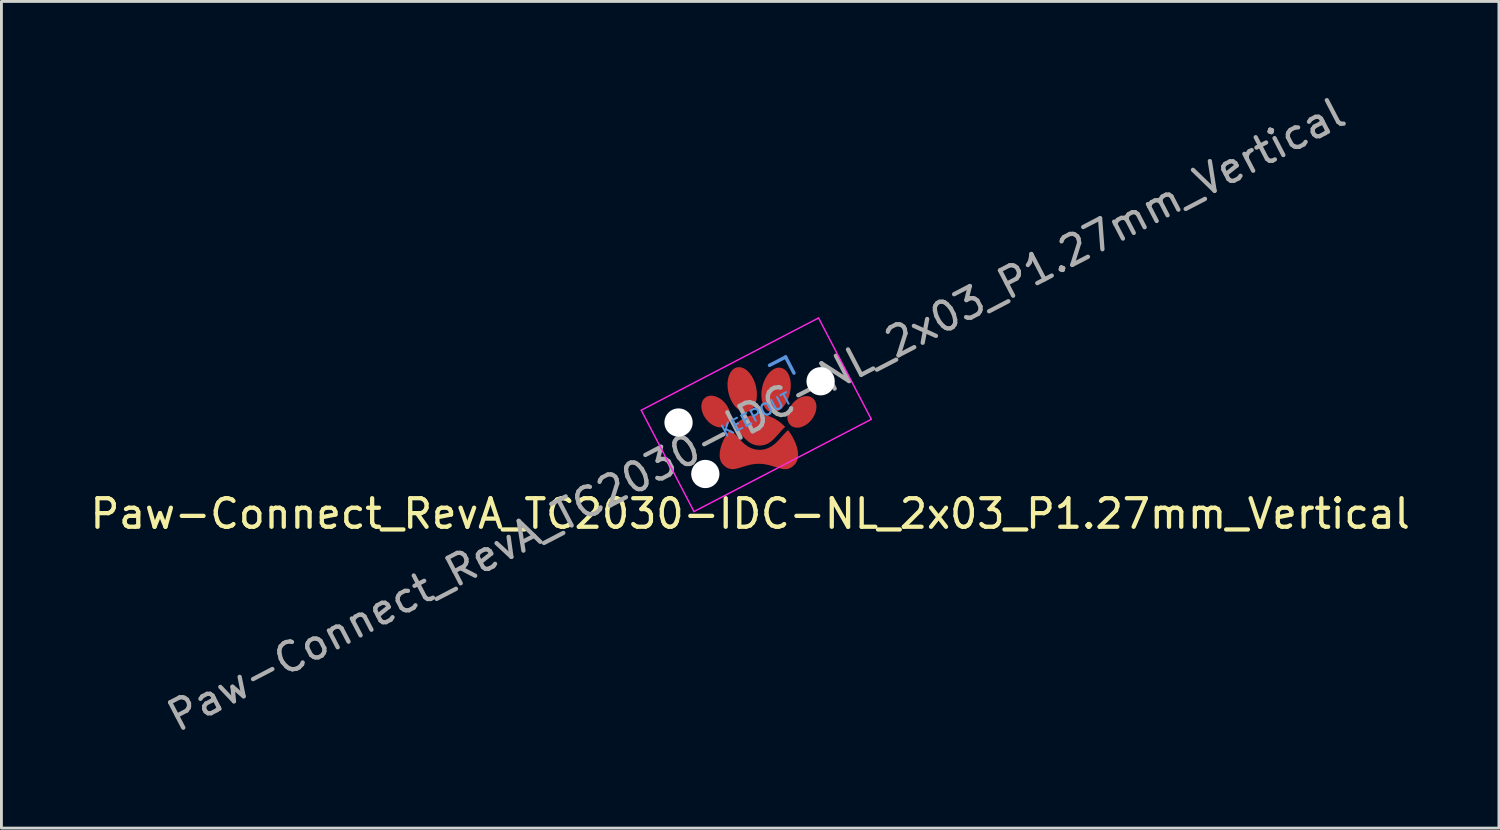
<source format=kicad_pcb>
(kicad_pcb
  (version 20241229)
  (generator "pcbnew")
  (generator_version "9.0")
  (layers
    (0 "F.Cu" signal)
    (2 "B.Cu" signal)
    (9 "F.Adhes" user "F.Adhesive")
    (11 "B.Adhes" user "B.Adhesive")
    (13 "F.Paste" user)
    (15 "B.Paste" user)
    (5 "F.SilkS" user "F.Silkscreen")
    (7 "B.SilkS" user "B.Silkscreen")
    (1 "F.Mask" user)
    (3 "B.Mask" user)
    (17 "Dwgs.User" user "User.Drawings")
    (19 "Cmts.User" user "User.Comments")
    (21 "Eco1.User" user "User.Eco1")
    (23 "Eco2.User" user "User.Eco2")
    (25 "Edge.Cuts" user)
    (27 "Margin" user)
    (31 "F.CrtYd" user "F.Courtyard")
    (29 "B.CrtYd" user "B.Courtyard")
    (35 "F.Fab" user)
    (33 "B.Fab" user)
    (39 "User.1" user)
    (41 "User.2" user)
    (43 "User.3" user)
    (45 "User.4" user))
  (footprint "Paw-Connect_RevA_TC2030-IDC-NL_2x03_P1.27mm_Vertical"
    (layer "F.Cu")
    (at 23.2 11.931)
    (property "Reference" "Paw-Connect_RevA_TC2030-IDC-NL_2x03_P1.27mm_Vertical" (at 0.02 3.01 0) (layer "F.SilkS") (effects (font (size 1 1) (thickness 0.15))))
    (attr exclude_from_pos_files exclude_from_bom)
    (fp_poly (pts (xy 0.391 -0.466) (xy 0.457 -0.459) (xy 0.522 -0.449) (xy 0.586 -0.435) (xy 0.649 -0.418) (xy 0.711 -0.397) (xy 0.771 -0.372) (xy 0.83 -0.344) (xy 0.888 -0.314) (xy 0.944 -0.28) (xy 0.998 -0.244) (xy 1.051 -0.206) (xy 1.102 -0.165) (xy 1.152 -0.122) (xy 1.199 -0.077) (xy 1.245 -0.03) (xy 1.219 -0.007) (xy 1.193 0.017) (xy 1.168 0.042) (xy 1.143 0.068) (xy 1.095 0.12) (xy 1.048 0.173) (xy 0.955 0.278) (xy 0.909 0.329) (xy 0.885 0.354) (xy 0.861 0.378) (xy 0.835 0.404) (xy 0.808 0.429) (xy 0.781 0.453) (xy 0.753 0.475) (xy 0.725 0.496) (xy 0.697 0.516) (xy 0.667 0.535) (xy 0.636 0.552) (xy 0.605 0.567) (xy 0.573 0.58) (xy 0.539 0.592) (xy 0.504 0.602) (xy 0.468 0.61) (xy 0.43 0.616) (xy 0.391 0.619) (xy 0.35 0.621) (xy 0.329 0.62) (xy 0.309 0.619) (xy 0.289 0.618) (xy 0.269 0.616) (xy 0.25 0.613) (xy 0.232 0.61) (xy 0.195 0.602) (xy 0.16 0.592) (xy 0.127 0.58) (xy 0.094 0.567) (xy 0.063 0.552) (xy 0.032 0.535) (xy 0.003 0.516) (xy -0.026 0.496) (xy -0.054 0.475) (xy -0.082 0.453) (xy -0.109 0.429) (xy -0.136 0.404) (xy -0.162 0.378) (xy -0.188 0.353) (xy -0.213 0.326) (xy -0.262 0.271) (xy -0.361 0.158) (xy -0.411 0.102) (xy -0.437 0.074) (xy -0.463 0.047) (xy -0.49 0.021) (xy -0.518 -0.005) (xy -0.546 -0.03) (xy -0.575 -0.055) (xy -0.529 -0.099) (xy -0.482 -0.142) (xy -0.434 -0.182) (xy -0.384 -0.221) (xy -0.332 -0.257) (xy -0.279 -0.291) (xy -0.224 -0.323) (xy -0.168 -0.352) (xy -0.111 -0.378) (xy -0.052 -0.401) (xy 0.008 -0.421) (xy 0.069 -0.437) (xy 0.131 -0.451) (xy 0.194 -0.46) (xy 0.258 -0.466) (xy 0.323 -0.468)) (stroke (width 0) (type solid)) (fill yes) (layer "F.Mask"))
    (fp_poly (pts (xy -0.356 -2.123) (xy -0.331 -2.121) (xy -0.306 -2.117) (xy -0.281 -2.111) (xy -0.256 -2.103) (xy -0.231 -2.094) (xy -0.206 -2.082) (xy -0.181 -2.069) (xy -0.157 -2.055) (xy -0.133 -2.038) (xy -0.109 -2.02) (xy -0.085 -2.001) (xy -0.062 -1.98) (xy -0.04 -1.958) (xy -0.018 -1.934) (xy 0.004 -1.908) (xy 0.025 -1.882) (xy 0.045 -1.854) (xy 0.065 -1.825) (xy 0.084 -1.794) (xy 0.102 -1.763) (xy 0.12 -1.73) (xy 0.136 -1.696) (xy 0.152 -1.661) (xy 0.167 -1.625) (xy 0.181 -1.588) (xy 0.194 -1.55) (xy 0.205 -1.511) (xy 0.216 -1.472) (xy 0.234 -1.392) (xy 0.246 -1.313) (xy 0.253 -1.236) (xy 0.255 -1.16) (xy 0.253 -1.087) (xy 0.245 -1.016) (xy 0.233 -0.949) (xy 0.216 -0.885) (xy 0.195 -0.825) (xy 0.17 -0.771) (xy 0.141 -0.721) (xy 0.107 -0.676) (xy 0.089 -0.656) (xy 0.07 -0.638) (xy 0.05 -0.621) (xy 0.03 -0.606) (xy 0.008 -0.593) (xy -0.015 -0.581) (xy -0.038 -0.571) (xy -0.062 -0.563) (xy -0.087 -0.557) (xy -0.112 -0.554) (xy -0.137 -0.552) (xy -0.162 -0.552) (xy -0.187 -0.554) (xy -0.212 -0.558) (xy -0.238 -0.564) (xy -0.263 -0.572) (xy -0.288 -0.581) (xy -0.313 -0.593) (xy -0.337 -0.606) (xy -0.362 -0.62) (xy -0.386 -0.637) (xy -0.409 -0.655) (xy -0.433 -0.674) (xy -0.456 -0.695) (xy -0.478 -0.718) (xy -0.501 -0.742) (xy -0.522 -0.767) (xy -0.543 -0.793) (xy -0.563 -0.821) (xy -0.583 -0.851) (xy -0.602 -0.881) (xy -0.62 -0.913) (xy -0.638 -0.945) (xy -0.654 -0.979) (xy -0.67 -1.014) (xy -0.685 -1.05) (xy -0.699 -1.087) (xy -0.712 -1.125) (xy -0.724 -1.164) (xy -0.734 -1.203) (xy -0.752 -1.283) (xy -0.764 -1.362) (xy -0.772 -1.44) (xy -0.774 -1.515) (xy -0.771 -1.589) (xy -0.763 -1.659) (xy -0.751 -1.727) (xy -0.734 -1.79) (xy -0.713 -1.85) (xy -0.688 -1.905) (xy -0.659 -1.955) (xy -0.626 -1.999) (xy -0.607 -2.019) (xy -0.588 -2.037) (xy -0.569 -2.054) (xy -0.548 -2.069) (xy -0.526 -2.083) (xy -0.504 -2.094) (xy -0.48 -2.104) (xy -0.456 -2.112) (xy -0.431 -2.118) (xy -0.406 -2.122) (xy -0.381 -2.123)) (stroke (width 0) (type solid)) (fill yes) (layer "F.Mask"))
    (fp_poly (pts (xy 1.052 -2.107) (xy 1.077 -2.104) (xy 1.102 -2.1) (xy 1.126 -2.094) (xy 1.151 -2.085) (xy 1.174 -2.075) (xy 1.196 -2.063) (xy 1.218 -2.049) (xy 1.239 -2.033) (xy 1.259 -2.016) (xy 1.277 -1.997) (xy 1.295 -1.977) (xy 1.329 -1.931) (xy 1.358 -1.881) (xy 1.383 -1.825) (xy 1.404 -1.765) (xy 1.42 -1.701) (xy 1.432 -1.634) (xy 1.439 -1.563) (xy 1.442 -1.49) (xy 1.44 -1.414) (xy 1.432 -1.337) (xy 1.42 -1.258) (xy 1.402 -1.179) (xy 1.391 -1.139) (xy 1.379 -1.101) (xy 1.366 -1.063) (xy 1.352 -1.026) (xy 1.337 -0.991) (xy 1.321 -0.956) (xy 1.304 -0.923) (xy 1.287 -0.89) (xy 1.268 -0.859) (xy 1.249 -0.829) (xy 1.23 -0.801) (xy 1.209 -0.773) (xy 1.188 -0.747) (xy 1.167 -0.722) (xy 1.144 -0.699) (xy 1.122 -0.677) (xy 1.099 -0.656) (xy 1.075 -0.638) (xy 1.051 -0.62) (xy 1.027 -0.604) (xy 1.003 -0.59) (xy 0.978 -0.578) (xy 0.953 -0.567) (xy 0.928 -0.558) (xy 0.903 -0.551) (xy 0.878 -0.546) (xy 0.853 -0.542) (xy 0.827 -0.54) (xy 0.802 -0.541) (xy 0.777 -0.543) (xy 0.752 -0.548) (xy 0.728 -0.554) (xy 0.703 -0.563) (xy 0.68 -0.573) (xy 0.658 -0.585) (xy 0.636 -0.599) (xy 0.615 -0.615) (xy 0.595 -0.632) (xy 0.576 -0.651) (xy 0.558 -0.671) (xy 0.525 -0.716) (xy 0.496 -0.767) (xy 0.471 -0.822) (xy 0.45 -0.882) (xy 0.434 -0.946) (xy 0.422 -1.014) (xy 0.414 -1.085) (xy 0.412 -1.158) (xy 0.414 -1.234) (xy 0.422 -1.311) (xy 0.434 -1.39) (xy 0.452 -1.469) (xy 0.452 -1.469) (xy 0.463 -1.508) (xy 0.475 -1.547) (xy 0.488 -1.585) (xy 0.502 -1.621) (xy 0.517 -1.657) (xy 0.533 -1.691) (xy 0.55 -1.725) (xy 0.567 -1.757) (xy 0.585 -1.788) (xy 0.605 -1.818) (xy 0.624 -1.847) (xy 0.645 -1.875) (xy 0.666 -1.901) (xy 0.687 -1.926) (xy 0.71 -1.949) (xy 0.732 -1.971) (xy 0.755 -1.991) (xy 0.779 -2.01) (xy 0.803 -2.028) (xy 0.827 -2.043) (xy 0.851 -2.057) (xy 0.876 -2.07) (xy 0.901 -2.081) (xy 0.926 -2.09) (xy 0.951 -2.097) (xy 0.976 -2.102) (xy 1.001 -2.106) (xy 1.027 -2.107)) (stroke (width 0) (type solid)) (fill yes) (layer "F.Mask"))
    (fp_poly (pts (xy -1.33 -1.124) (xy -1.307 -1.122) (xy -1.283 -1.12) (xy -1.259 -1.116) (xy -1.234 -1.11) (xy -1.21 -1.104) (xy -1.185 -1.096) (xy -1.161 -1.087) (xy -1.136 -1.077) (xy -1.112 -1.066) (xy -1.087 -1.053) (xy -1.063 -1.039) (xy -1.039 -1.024) (xy -1.015 -1.008) (xy -0.991 -0.991) (xy -0.968 -0.972) (xy -0.945 -0.953) (xy -0.922 -0.932) (xy -0.9 -0.91) (xy -0.857 -0.863) (xy -0.819 -0.814) (xy -0.786 -0.764) (xy -0.756 -0.713) (xy -0.73 -0.66) (xy -0.709 -0.607) (xy -0.693 -0.554) (xy -0.681 -0.501) (xy -0.673 -0.448) (xy -0.67 -0.397) (xy -0.67 -0.372) (xy -0.672 -0.347) (xy -0.675 -0.322) (xy -0.679 -0.299) (xy -0.684 -0.275) (xy -0.69 -0.253) (xy -0.698 -0.231) (xy -0.706 -0.209) (xy -0.716 -0.189) (xy -0.728 -0.169) (xy -0.74 -0.15) (xy -0.754 -0.132) (xy -0.769 -0.115) (xy -0.785 -0.099) (xy -0.802 -0.085) (xy -0.819 -0.072) (xy -0.838 -0.061) (xy -0.857 -0.05) (xy -0.876 -0.042) (xy -0.897 -0.034) (xy -0.918 -0.028) (xy -0.939 -0.023) (xy -0.961 -0.019) (xy -0.984 -0.017) (xy -1.007 -0.015) (xy -1.03 -0.016) (xy -1.053 -0.017) (xy -1.077 -0.02) (xy -1.101 -0.024) (xy -1.125 -0.029) (xy -1.15 -0.035) (xy -1.174 -0.043) (xy -1.199 -0.052) (xy -1.224 -0.062) (xy -1.248 -0.073) (xy -1.273 -0.086) (xy -1.297 -0.1) (xy -1.321 -0.115) (xy -1.345 -0.131) (xy -1.369 -0.148) (xy -1.392 -0.167) (xy -1.415 -0.187) (xy -1.438 -0.208) (xy -1.46 -0.23) (xy -1.502 -0.276) (xy -1.54 -0.325) (xy -1.574 -0.375) (xy -1.604 -0.427) (xy -1.629 -0.479) (xy -1.65 -0.532) (xy -1.667 -0.586) (xy -1.679 -0.639) (xy -1.687 -0.691) (xy -1.69 -0.743) (xy -1.689 -0.768) (xy -1.688 -0.793) (xy -1.685 -0.817) (xy -1.681 -0.841) (xy -1.676 -0.864) (xy -1.67 -0.887) (xy -1.662 -0.909) (xy -1.653 -0.93) (xy -1.643 -0.951) (xy -1.632 -0.97) (xy -1.62 -0.989) (xy -1.606 -1.007) (xy -1.591 -1.024) (xy -1.575 -1.04) (xy -1.558 -1.054) (xy -1.54 -1.067) (xy -1.522 -1.079) (xy -1.503 -1.089) (xy -1.483 -1.098) (xy -1.463 -1.105) (xy -1.442 -1.112) (xy -1.421 -1.117) (xy -1.399 -1.12) (xy -1.376 -1.123) (xy -1.353 -1.124)) (stroke (width 0) (type solid)) (fill yes) (layer "F.Mask"))
    (fp_poly (pts (xy 2.003 -1.11) (xy 2.026 -1.109) (xy 2.048 -1.107) (xy 2.07 -1.103) (xy 2.092 -1.097) (xy 2.113 -1.091) (xy 2.133 -1.083) (xy 2.153 -1.074) (xy 2.172 -1.064) (xy 2.19 -1.052) (xy 2.208 -1.039) (xy 2.224 -1.025) (xy 2.24 -1.009) (xy 2.255 -0.992) (xy 2.269 -0.974) (xy 2.282 -0.955) (xy 2.293 -0.935) (xy 2.303 -0.914) (xy 2.312 -0.893) (xy 2.319 -0.871) (xy 2.326 -0.848) (xy 2.331 -0.825) (xy 2.335 -0.801) (xy 2.337 -0.776) (xy 2.339 -0.752) (xy 2.339 -0.726) (xy 2.336 -0.675) (xy 2.328 -0.623) (xy 2.316 -0.57) (xy 2.299 -0.517) (xy 2.278 -0.464) (xy 2.253 -0.411) (xy 2.223 -0.36) (xy 2.189 -0.31) (xy 2.151 -0.262) (xy 2.109 -0.215) (xy 2.087 -0.194) (xy 2.064 -0.173) (xy 2.041 -0.153) (xy 2.017 -0.135) (xy 1.994 -0.118) (xy 1.97 -0.102) (xy 1.945 -0.087) (xy 1.921 -0.073) (xy 1.897 -0.061) (xy 1.872 -0.05) (xy 1.847 -0.04) (xy 1.823 -0.031) (xy 1.798 -0.024) (xy 1.774 -0.017) (xy 1.75 -0.012) (xy 1.726 -0.009) (xy 1.702 -0.006) (xy 1.678 -0.005) (xy 1.655 -0.005) (xy 1.632 -0.006) (xy 1.61 -0.009) (xy 1.588 -0.013) (xy 1.566 -0.018) (xy 1.545 -0.024) (xy 1.525 -0.032) (xy 1.505 -0.041) (xy 1.486 -0.051) (xy 1.468 -0.063) (xy 1.45 -0.076) (xy 1.434 -0.091) (xy 1.418 -0.106) (xy 1.403 -0.123) (xy 1.389 -0.141) (xy 1.376 -0.161) (xy 1.365 -0.18) (xy 1.355 -0.201) (xy 1.346 -0.222) (xy 1.339 -0.245) (xy 1.332 -0.267) (xy 1.327 -0.291) (xy 1.323 -0.314) (xy 1.321 -0.339) (xy 1.319 -0.364) (xy 1.319 -0.389) (xy 1.322 -0.44) (xy 1.33 -0.492) (xy 1.342 -0.545) (xy 1.359 -0.599) (xy 1.38 -0.651) (xy 1.405 -0.704) (xy 1.435 -0.755) (xy 1.469 -0.805) (xy 1.507 -0.854) (xy 1.549 -0.9) (xy 1.571 -0.922) (xy 1.594 -0.942) (xy 1.617 -0.962) (xy 1.641 -0.98) (xy 1.664 -0.998) (xy 1.688 -1.014) (xy 1.713 -1.028) (xy 1.737 -1.042) (xy 1.761 -1.054) (xy 1.786 -1.066) (xy 1.811 -1.075) (xy 1.835 -1.084) (xy 1.86 -1.092) (xy 1.884 -1.098) (xy 1.908 -1.103) (xy 1.932 -1.107) (xy 1.956 -1.109) (xy 1.98 -1.11)) (stroke (width 0) (type solid)) (fill yes) (layer "F.Mask"))
    (fp_poly (pts (xy -0.65 0.078) (xy -0.625 0.1) (xy -0.6 0.123) (xy -0.576 0.148) (xy -0.527 0.2) (xy -0.477 0.254) (xy -0.376 0.369) (xy -0.323 0.427) (xy -0.296 0.455) (xy -0.268 0.484) (xy -0.239 0.512) (xy -0.208 0.54) (xy -0.177 0.567) (xy -0.145 0.593) (xy -0.111 0.618) (xy -0.076 0.641) (xy -0.04 0.664) (xy -0.003 0.684) (xy 0.036 0.703) (xy 0.076 0.72) (xy 0.118 0.735) (xy 0.161 0.747) (xy 0.206 0.757) (xy 0.252 0.765) (xy 0.3 0.769) (xy 0.35 0.771) (xy 0.375 0.771) (xy 0.4 0.769) (xy 0.424 0.767) (xy 0.448 0.765) (xy 0.471 0.761) (xy 0.494 0.757) (xy 0.516 0.752) (xy 0.539 0.747) (xy 0.582 0.735) (xy 0.623 0.72) (xy 0.663 0.703) (xy 0.702 0.684) (xy 0.739 0.664) (xy 0.775 0.641) (xy 0.81 0.618) (xy 0.844 0.593) (xy 0.876 0.567) (xy 0.907 0.54) (xy 0.938 0.512) (xy 0.967 0.484) (xy 0.993 0.458) (xy 1.018 0.431) (xy 1.067 0.378) (xy 1.161 0.272) (xy 1.207 0.22) (xy 1.252 0.171) (xy 1.275 0.148) (xy 1.298 0.125) (xy 1.32 0.103) (xy 1.343 0.083) (xy 1.403 0.161) (xy 1.457 0.241) (xy 1.506 0.323) (xy 1.55 0.406) (xy 1.589 0.49) (xy 1.622 0.573) (xy 1.649 0.655) (xy 1.67 0.736) (xy 1.685 0.815) (xy 1.694 0.891) (xy 1.696 0.928) (xy 1.696 0.964) (xy 1.694 0.999) (xy 1.691 1.033) (xy 1.686 1.066) (xy 1.679 1.098) (xy 1.671 1.129) (xy 1.661 1.158) (xy 1.648 1.186) (xy 1.634 1.212) (xy 1.618 1.237) (xy 1.6 1.26) (xy 1.567 1.297) (xy 1.535 1.329) (xy 1.502 1.356) (xy 1.469 1.38) (xy 1.437 1.4) (xy 1.404 1.416) (xy 1.371 1.428) (xy 1.338 1.437) (xy 1.305 1.443) (xy 1.272 1.447) (xy 1.238 1.447) (xy 1.204 1.446) (xy 1.169 1.442) (xy 1.134 1.436) (xy 1.062 1.42) (xy 0.741 1.323) (xy 0.65 1.3) (xy 0.553 1.28) (xy 0.503 1.273) (xy 0.452 1.267) (xy 0.398 1.263) (xy 0.344 1.26) (xy 0.304 1.26) (xy 0.249 1.263) (xy 0.196 1.267) (xy 0.144 1.273) (xy 0.094 1.28) (xy 0.045 1.289) (xy -0.002 1.3) (xy -0.093 1.323) (xy -0.415 1.42) (xy -0.487 1.436) (xy -0.522 1.442) (xy -0.557 1.446) (xy -0.591 1.447) (xy -0.625 1.447) (xy -0.658 1.443) (xy -0.692 1.437) (xy -0.725 1.428) (xy -0.757 1.416) (xy -0.79 1.4) (xy -0.822 1.38) (xy -0.855 1.356) (xy -0.888 1.329) (xy -0.921 1.297) (xy -0.954 1.26) (xy -0.972 1.236) (xy -0.988 1.211) (xy -1.002 1.184) (xy -1.015 1.156) (xy -1.025 1.126) (xy -1.034 1.094) (xy -1.04 1.062) (xy -1.045 1.028) (xy -1.049 0.957) (xy -1.046 0.882) (xy -1.037 0.804) (xy -1.02 0.723) (xy -0.997 0.64) (xy -0.968 0.555) (xy -0.933 0.47) (xy -0.893 0.385) (xy -0.846 0.301) (xy -0.794 0.217) (xy -0.737 0.136) (xy -0.676 0.057)) (stroke (width 0) (type solid)) (fill yes) (layer "F.Mask"))
    (fp_line (start 0.697 -2.187) (end 1.26 -2.48) (stroke (width 0.12) (type solid)) (layer "Cmts.User"))
    (fp_line (start 1.26 -2.48) (end 1.553 -1.917) (stroke (width 0.12) (type solid)) (layer "Cmts.User"))
    (fp_line (start -3.795 -0.615) (end 2.414 -3.847) (stroke (width 0.05) (type solid)) (layer "F.CrtYd"))
    (fp_line (start -1.948 2.933) (end -3.795 -0.615) (stroke (width 0.05) (type solid)) (layer "F.CrtYd"))
    (fp_line (start 2.414 -3.847) (end 4.261 -0.299) (stroke (width 0.05) (type solid)) (layer "F.CrtYd"))
    (fp_line (start 4.261 -0.299) (end -1.948 2.933) (stroke (width 0.05) (type solid)) (layer "F.CrtYd"))
    (fp_text user "KEEPOUT" (at 0.233 -0.457 207.5) (layer "Cmts.User") (effects (font (size 0.4 0.4) (thickness 0.07))))
    (fp_text user "${REFERENCE}" (at 0.233 -0.457 207.5) (layer "F.Fab") (effects (font (size 1 1) (thickness 0.15))))
    (pad "" np_thru_hole circle (at -2.489 -0.185 207.5) (size 0.991 0.991) (drill 0.991) (layers "*.Cu" "*.Mask"))
    (pad "" np_thru_hole circle (at -1.551 1.617 207.5) (size 0.991 0.991) (drill 0.991) (layers "*.Cu" "*.Mask"))
    (pad "" np_thru_hole circle (at 2.486 -1.63 207.5) (size 0.991 0.991) (drill 0.991) (layers "*.Cu" "*.Mask"))
    (pad "1" connect custom (at 0.93 -1.28 207.5) (size 0.787 0.787) (layers "F.Cu" "F.Mask") (options (anchor circle)) (primitives (gr_poly (pts (xy -0.49 0.677) (xy -0.511 0.664) (xy -0.531 0.648) (xy -0.55 0.631) (xy -0.567 0.612) (xy -0.583 0.592) (xy -0.598 0.571) (xy -0.61 0.549) (xy -0.622 0.525) (xy -0.631 0.501) (xy -0.639 0.475) (xy -0.646 0.449) (xy -0.654 0.394) (xy -0.657 0.336) (xy -0.654 0.275) (xy -0.644 0.212) (xy -0.629 0.147) (xy -0.609 0.082) (xy -0.583 0.016) (xy -0.551 -0.05) (xy -0.514 -0.116) (xy -0.472 -0.182) (xy -0.424 -0.246) (xy -0.372 -0.308) (xy -0.344 -0.338) (xy -0.315 -0.366) (xy -0.286 -0.394) (xy -0.257 -0.42) (xy -0.227 -0.444) (xy -0.197 -0.468) (xy -0.167 -0.49) (xy -0.137 -0.51) (xy -0.106 -0.53) (xy -0.075 -0.547) (xy -0.044 -0.564) (xy -0.014 -0.579) (xy 0.017 -0.592) (xy 0.048 -0.604) (xy 0.078 -0.615) (xy 0.108 -0.623) (xy 0.138 -0.631) (xy 0.168 -0.637) (xy 0.197 -0.641) (xy 0.226 -0.644) (xy 0.254 -0.645) (xy 0.282 -0.645) (xy 0.309 -0.643) (xy 0.335 -0.639) (xy 0.361 -0.634) (xy 0.385 -0.627) (xy 0.409 -0.619) (xy 0.433 -0.609) (xy 0.455 -0.597) (xy 0.476 -0.583) (xy 0.496 -0.568) (xy 0.515 -0.55) (xy 0.532 -0.532) (xy 0.548 -0.512) (xy 0.562 -0.491) (xy 0.575 -0.468) (xy 0.586 -0.445) (xy 0.596 -0.42) (xy 0.604 -0.395) (xy 0.611 -0.369) (xy 0.619 -0.313) (xy 0.622 -0.255) (xy 0.618 -0.194) (xy 0.609 -0.131) (xy 0.594 -0.067) (xy 0.574 -0.001) (xy 0.547 0.065) (xy 0.516 0.131) (xy 0.479 0.197) (xy 0.437 0.262) (xy 0.389 0.326) (xy 0.337 0.388) (xy 0.337 0.388) (xy 0.309 0.418) (xy 0.28 0.447) (xy 0.251 0.474) (xy 0.222 0.5) (xy 0.192 0.525) (xy 0.162 0.548) (xy 0.132 0.57) (xy 0.101 0.591) (xy 0.071 0.61) (xy 0.04 0.628) (xy 0.009 0.644) (xy -0.022 0.659) (xy -0.052 0.673) (xy -0.083 0.685) (xy -0.113 0.695) (xy -0.144 0.704) (xy -0.173 0.712) (xy -0.203 0.717) (xy -0.232 0.722) (xy -0.261 0.725) (xy -0.289 0.726) (xy -0.317 0.726) (xy -0.344 0.724) (xy -0.37 0.72) (xy -0.396 0.715) (xy -0.421 0.708) (xy -0.445 0.699) (xy -0.468 0.689)) (width 0) (fill yes))))
    (pad "2" connect custom (at 1.82 -0.56 207.5) (size 0.787 0.787) (layers "F.Cu" "F.Mask") (options (anchor circle)) (primitives (gr_poly (pts (xy -0.416 0.404) (xy -0.436 0.392) (xy -0.455 0.379) (xy -0.473 0.366) (xy -0.489 0.351) (xy -0.505 0.336) (xy -0.519 0.32) (xy -0.533 0.302) (xy -0.545 0.284) (xy -0.555 0.266) (xy -0.565 0.246) (xy -0.573 0.225) (xy -0.58 0.204) (xy -0.585 0.182) (xy -0.589 0.16) (xy -0.592 0.137) (xy -0.593 0.114) (xy -0.592 0.091) (xy -0.59 0.068) (xy -0.586 0.045) (xy -0.581 0.022) (xy -0.575 -0.001) (xy -0.568 -0.024) (xy -0.559 -0.047) (xy -0.549 -0.07) (xy -0.537 -0.092) (xy -0.511 -0.136) (xy -0.48 -0.179) (xy -0.445 -0.22) (xy -0.405 -0.26) (xy -0.362 -0.297) (xy -0.315 -0.332) (xy -0.265 -0.364) (xy -0.212 -0.392) (xy -0.156 -0.418) (xy -0.097 -0.439) (xy -0.067 -0.448) (xy -0.038 -0.456) (xy -0.008 -0.463) (xy 0.021 -0.468) (xy 0.05 -0.473) (xy 0.079 -0.476) (xy 0.107 -0.478) (xy 0.135 -0.478) (xy 0.163 -0.478) (xy 0.189 -0.477) (xy 0.216 -0.474) (xy 0.242 -0.471) (xy 0.267 -0.466) (xy 0.291 -0.46) (xy 0.315 -0.453) (xy 0.338 -0.446) (xy 0.361 -0.437) (xy 0.382 -0.427) (xy 0.403 -0.416) (xy 0.422 -0.405) (xy 0.441 -0.392) (xy 0.459 -0.378) (xy 0.475 -0.364) (xy 0.491 -0.348) (xy 0.506 -0.332) (xy 0.519 -0.315) (xy 0.531 -0.297) (xy 0.542 -0.278) (xy 0.551 -0.258) (xy 0.559 -0.238) (xy 0.566 -0.217) (xy 0.572 -0.195) (xy 0.576 -0.172) (xy 0.578 -0.15) (xy 0.579 -0.127) (xy 0.578 -0.104) (xy 0.576 -0.081) (xy 0.573 -0.058) (xy 0.568 -0.034) (xy 0.561 -0.011) (xy 0.554 0.011) (xy 0.545 0.034) (xy 0.535 0.057) (xy 0.523 0.079) (xy 0.497 0.124) (xy 0.466 0.167) (xy 0.431 0.208) (xy 0.392 0.247) (xy 0.348 0.284) (xy 0.302 0.319) (xy 0.251 0.351) (xy 0.198 0.38) (xy 0.142 0.405) (xy 0.083 0.427) (xy 0.054 0.436) (xy 0.024 0.444) (xy -0.006 0.45) (xy -0.035 0.456) (xy -0.064 0.46) (xy -0.093 0.463) (xy -0.121 0.465) (xy -0.149 0.466) (xy -0.176 0.466) (xy -0.203 0.464) (xy -0.23 0.462) (xy -0.255 0.458) (xy -0.281 0.453) (xy -0.305 0.448) (xy -0.329 0.441) (xy -0.352 0.433) (xy -0.374 0.424) (xy -0.396 0.414)) (width 0) (fill yes))))
    (pad "3" connect custom (at -0.27 -1.3 207.5) (size 0.787 0.787) (layers "F.Cu" "F.Mask") (options (anchor circle)) (primitives (gr_poly (pts (xy -0.304 0.77) (xy -0.325 0.757) (xy -0.345 0.741) (xy -0.365 0.724) (xy -0.384 0.706) (xy -0.402 0.686) (xy -0.418 0.664) (xy -0.434 0.641) (xy -0.449 0.617) (xy -0.463 0.592) (xy -0.476 0.565) (xy -0.487 0.537) (xy -0.498 0.507) (xy -0.508 0.477) (xy -0.516 0.446) (xy -0.524 0.413) (xy -0.53 0.38) (xy -0.535 0.346) (xy -0.539 0.311) (xy -0.542 0.275) (xy -0.544 0.239) (xy -0.544 0.201) (xy -0.543 0.164) (xy -0.541 0.125) (xy -0.538 0.087) (xy -0.533 0.048) (xy -0.527 0.008) (xy -0.519 -0.032) (xy -0.511 -0.072) (xy -0.489 -0.151) (xy -0.464 -0.227) (xy -0.434 -0.299) (xy -0.401 -0.367) (xy -0.365 -0.431) (xy -0.326 -0.49) (xy -0.284 -0.544) (xy -0.24 -0.593) (xy -0.193 -0.636) (xy -0.146 -0.673) (xy -0.097 -0.703) (xy -0.047 -0.727) (xy -0.021 -0.737) (xy 0.004 -0.744) (xy 0.029 -0.75) (xy 0.055 -0.754) (xy 0.08 -0.756) (xy 0.106 -0.756) (xy 0.131 -0.754) (xy 0.156 -0.749) (xy 0.181 -0.743) (xy 0.204 -0.735) (xy 0.227 -0.725) (xy 0.25 -0.713) (xy 0.271 -0.7) (xy 0.291 -0.685) (xy 0.311 -0.668) (xy 0.33 -0.649) (xy 0.347 -0.629) (xy 0.364 -0.608) (xy 0.38 -0.585) (xy 0.395 -0.56) (xy 0.409 -0.535) (xy 0.422 -0.508) (xy 0.433 -0.48) (xy 0.444 -0.451) (xy 0.454 -0.42) (xy 0.462 -0.389) (xy 0.47 -0.357) (xy 0.476 -0.323) (xy 0.481 -0.289) (xy 0.485 -0.254) (xy 0.488 -0.218) (xy 0.49 -0.182) (xy 0.49 -0.145) (xy 0.489 -0.107) (xy 0.487 -0.069) (xy 0.484 -0.03) (xy 0.479 0.009) (xy 0.473 0.049) (xy 0.465 0.089) (xy 0.456 0.129) (xy 0.435 0.208) (xy 0.41 0.283) (xy 0.38 0.356) (xy 0.347 0.424) (xy 0.311 0.487) (xy 0.272 0.546) (xy 0.23 0.601) (xy 0.186 0.649) (xy 0.139 0.692) (xy 0.092 0.729) (xy 0.043 0.76) (xy -0.007 0.784) (xy -0.033 0.793) (xy -0.058 0.801) (xy -0.083 0.807) (xy -0.109 0.811) (xy -0.134 0.812) (xy -0.16 0.812) (xy -0.185 0.81) (xy -0.21 0.806) (xy -0.235 0.8) (xy -0.258 0.792) (xy -0.281 0.782)) (width 0) (fill yes))))
    (pad "4" connect custom (at 0.34 0.04 207.5) (size 0.787 0.787) (layers "F.Cu" "F.Mask") (options (anchor circle)) (primitives (gr_poly (pts (xy -0.278 0.425) (xy -0.334 0.389) (xy -0.388 0.35) (xy -0.438 0.308) (xy -0.486 0.263) (xy -0.53 0.216) (xy -0.573 0.166) (xy -0.612 0.115) (xy -0.649 0.061) (xy -0.683 0.005) (xy -0.715 -0.052) (xy -0.744 -0.11) (xy -0.771 -0.17) (xy -0.795 -0.231) (xy -0.816 -0.293) (xy -0.836 -0.356) (xy -0.801 -0.364) (xy -0.767 -0.374) (xy -0.733 -0.384) (xy -0.7 -0.395) (xy -0.633 -0.419) (xy -0.566 -0.444) (xy -0.436 -0.495) (xy -0.371 -0.519) (xy -0.338 -0.53) (xy -0.306 -0.541) (xy -0.271 -0.551) (xy -0.236 -0.561) (xy -0.201 -0.57) (xy -0.166 -0.577) (xy -0.131 -0.583) (xy -0.096 -0.587) (xy -0.062 -0.59) (xy -0.027 -0.591) (xy 0.008 -0.59) (xy 0.043 -0.587) (xy 0.079 -0.582) (xy 0.114 -0.574) (xy 0.15 -0.564) (xy 0.186 -0.552) (xy 0.223 -0.537) (xy 0.26 -0.52) (xy 0.278 -0.51) (xy 0.295 -0.499) (xy 0.312 -0.489) (xy 0.328 -0.478) (xy 0.344 -0.467) (xy 0.359 -0.456) (xy 0.388 -0.432) (xy 0.414 -0.407) (xy 0.439 -0.381) (xy 0.461 -0.354) (xy 0.482 -0.326) (xy 0.501 -0.297) (xy 0.519 -0.267) (xy 0.536 -0.236) (xy 0.551 -0.204) (xy 0.565 -0.171) (xy 0.578 -0.138) (xy 0.59 -0.103) (xy 0.602 -0.068) (xy 0.612 -0.034) (xy 0.622 0.001) (xy 0.641 0.073) (xy 0.676 0.219) (xy 0.695 0.292) (xy 0.705 0.328) (xy 0.716 0.365) (xy 0.727 0.401) (xy 0.74 0.436) (xy 0.753 0.472) (xy 0.768 0.506) (xy 0.707 0.525) (xy 0.646 0.541) (xy 0.584 0.554) (xy 0.521 0.566) (xy 0.459 0.574) (xy 0.396 0.58) (xy 0.333 0.582) (xy 0.27 0.582) (xy 0.207 0.579) (xy 0.144 0.572) (xy 0.082 0.562) (xy 0.02 0.549) (xy -0.041 0.532) (xy -0.101 0.511) (xy -0.161 0.486) (xy -0.22 0.458)) (width 0) (fill yes))))
    (pad "5" connect custom (at -1.18 -0.58 207.5) (size 0.787 0.787) (layers "F.Cu" "F.Mask") (options (anchor circle)) (primitives (gr_poly (pts (xy -0.118 0.552) (xy -0.138 0.539) (xy -0.158 0.526) (xy -0.178 0.511) (xy -0.197 0.496) (xy -0.215 0.479) (xy -0.234 0.46) (xy -0.251 0.441) (xy -0.268 0.421) (xy -0.285 0.399) (xy -0.301 0.377) (xy -0.316 0.354) (xy -0.331 0.329) (xy -0.344 0.304) (xy -0.357 0.277) (xy -0.37 0.25) (xy -0.381 0.222) (xy -0.391 0.193) (xy -0.401 0.163) (xy -0.417 0.102) (xy -0.428 0.042) (xy -0.435 -0.019) (xy -0.437 -0.078) (xy -0.436 -0.137) (xy -0.43 -0.194) (xy -0.42 -0.248) (xy -0.406 -0.301) (xy -0.389 -0.351) (xy -0.368 -0.398) (xy -0.356 -0.42) (xy -0.343 -0.441) (xy -0.329 -0.462) (xy -0.315 -0.481) (xy -0.3 -0.499) (xy -0.284 -0.517) (xy -0.267 -0.533) (xy -0.249 -0.548) (xy -0.231 -0.561) (xy -0.211 -0.573) (xy -0.191 -0.584) (xy -0.171 -0.594) (xy -0.15 -0.602) (xy -0.128 -0.609) (xy -0.107 -0.614) (xy -0.085 -0.617) (xy -0.064 -0.619) (xy -0.042 -0.619) (xy -0.021 -0.618) (xy 0.001 -0.615) (xy 0.022 -0.611) (xy 0.044 -0.606) (xy 0.065 -0.599) (xy 0.086 -0.59) (xy 0.107 -0.581) (xy 0.127 -0.57) (xy 0.148 -0.558) (xy 0.167 -0.544) (xy 0.187 -0.53) (xy 0.206 -0.514) (xy 0.225 -0.497) (xy 0.243 -0.479) (xy 0.261 -0.46) (xy 0.278 -0.439) (xy 0.294 -0.418) (xy 0.31 -0.395) (xy 0.325 -0.372) (xy 0.34 -0.347) (xy 0.354 -0.322) (xy 0.367 -0.296) (xy 0.379 -0.268) (xy 0.39 -0.24) (xy 0.401 -0.211) (xy 0.41 -0.181) (xy 0.426 -0.121) (xy 0.437 -0.06) (xy 0.444 0.000343) (xy 0.447 0.06) (xy 0.445 0.118) (xy 0.439 0.175) (xy 0.429 0.23) (xy 0.416 0.283) (xy 0.398 0.333) (xy 0.377 0.38) (xy 0.365 0.402) (xy 0.352 0.423) (xy 0.339 0.443) (xy 0.324 0.463) (xy 0.309 0.481) (xy 0.293 0.498) (xy 0.276 0.514) (xy 0.258 0.529) (xy 0.24 0.543) (xy 0.221 0.555) (xy 0.201 0.566) (xy 0.18 0.576) (xy 0.159 0.584) (xy 0.138 0.59) (xy 0.116 0.595) (xy 0.095 0.598) (xy 0.073 0.6) (xy 0.052 0.601) (xy 0.03 0.599) (xy 0.009 0.597) (xy -0.013 0.593) (xy -0.034 0.587) (xy -0.056 0.58) (xy -0.077 0.572) (xy -0.097 0.562)) (width 0) (fill yes))))
    (pad "6" connect custom (at -0.56 0.88 207.5) (size 0.787 0.787) (layers "F.Cu" "F.Mask") (options (anchor circle)) (primitives (gr_poly (pts (xy -0.29 0.753) (xy -0.302 0.722) (xy -0.313 0.69) (xy -0.324 0.657) (xy -0.344 0.588) (xy -0.362 0.517) (xy -0.399 0.369) (xy -0.419 0.293) (xy -0.43 0.255) (xy -0.442 0.217) (xy -0.455 0.178) (xy -0.469 0.139) (xy -0.484 0.101) (xy -0.501 0.063) (xy -0.519 0.025) (xy -0.539 -0.012) (xy -0.561 -0.048) (xy -0.585 -0.084) (xy -0.61 -0.118) (xy -0.638 -0.152) (xy -0.668 -0.184) (xy -0.701 -0.215) (xy -0.736 -0.245) (xy -0.773 -0.273) (xy -0.814 -0.299) (xy -0.857 -0.323) (xy -0.88 -0.335) (xy -0.902 -0.345) (xy -0.925 -0.354) (xy -0.947 -0.363) (xy -0.969 -0.371) (xy -0.992 -0.378) (xy -1.014 -0.384) (xy -1.036 -0.389) (xy -1.08 -0.398) (xy -1.124 -0.404) (xy -1.167 -0.408) (xy -1.21 -0.409) (xy -1.253 -0.408) (xy -1.295 -0.405) (xy -1.336 -0.4) (xy -1.378 -0.393) (xy -1.418 -0.385) (xy -1.459 -0.376) (xy -1.498 -0.365) (xy -1.537 -0.354) (xy -1.572 -0.342) (xy -1.607 -0.33) (xy -1.675 -0.306) (xy -1.808 -0.255) (xy -1.872 -0.231) (xy -1.935 -0.208) (xy -1.966 -0.198) (xy -1.996 -0.188) (xy -2.027 -0.18) (xy -2.057 -0.172) (xy -2.073 -0.268) (xy -2.084 -0.365) (xy -2.09 -0.46) (xy -2.09 -0.554) (xy -2.086 -0.646) (xy -2.077 -0.735) (xy -2.063 -0.821) (xy -2.045 -0.902) (xy -2.022 -0.979) (xy -1.994 -1.051) (xy -1.979 -1.084) (xy -1.962 -1.116) (xy -1.945 -1.147) (xy -1.926 -1.176) (xy -1.906 -1.203) (xy -1.886 -1.228) (xy -1.864 -1.251) (xy -1.841 -1.272) (xy -1.818 -1.291) (xy -1.793 -1.308) (xy -1.767 -1.322) (xy -1.741 -1.335) (xy -1.695 -1.352) (xy -1.651 -1.365) (xy -1.609 -1.375) (xy -1.569 -1.381) (xy -1.531 -1.383) (xy -1.495 -1.382) (xy -1.46 -1.378) (xy -1.427 -1.371) (xy -1.394 -1.361) (xy -1.363 -1.349) (xy -1.333 -1.334) (xy -1.303 -1.316) (xy -1.274 -1.297) (xy -1.246 -1.276) (xy -1.189 -1.228) (xy -0.949 -0.994) (xy -0.879 -0.931) (xy -0.803 -0.869) (xy -0.762 -0.839) (xy -0.719 -0.81) (xy -0.673 -0.782) (xy -0.626 -0.755) (xy -0.59 -0.736) (xy -0.541 -0.713) (xy -0.492 -0.692) (xy -0.443 -0.673) (xy -0.395 -0.657) (xy -0.348 -0.642) (xy -0.301 -0.63) (xy -0.209 -0.608) (xy 0.121 -0.546) (xy 0.192 -0.527) (xy 0.226 -0.516) (xy 0.259 -0.503) (xy 0.29 -0.489) (xy 0.319 -0.473) (xy 0.347 -0.454) (xy 0.374 -0.433) (xy 0.399 -0.41) (xy 0.422 -0.384) (xy 0.444 -0.355) (xy 0.464 -0.322) (xy 0.482 -0.286) (xy 0.498 -0.247) (xy 0.512 -0.203) (xy 0.525 -0.155) (xy 0.53 -0.126) (xy 0.533 -0.096) (xy 0.533 -0.065) (xy 0.531 -0.034) (xy 0.526 -0.003) (xy 0.519 0.029) (xy 0.51 0.061) (xy 0.499 0.093) (xy 0.469 0.158) (xy 0.432 0.223) (xy 0.387 0.288) (xy 0.336 0.352) (xy 0.277 0.415) (xy 0.212 0.476) (xy 0.142 0.536) (xy 0.067 0.592) (xy -0.014 0.646) (xy -0.098 0.696) (xy -0.186 0.742) (xy -0.278 0.783)) (width 0) (fill yes))))
    (zone (net_name "") (layer "F.Cu") (hatch full 0.508) (connect_pads) (min_thickness 0.254) (filled_areas_thickness no) (keepout (tracks allowed) (vias allowed) (pads allowed) (copperpour not_allowed) (footprints not_allowed)) (placement (enabled no)) (fill) (polygon (pts (xy 22.6 12.624) (xy 24.853 11.451) (xy 24.267 10.325) (xy 22.014 11.497)))))
  (gr_rect
    (start -3 -3)
    (end 49.44 25.949)
    (stroke (width 0.1) (type default))
    (fill no)
    (layer "Edge.Cuts")))
</source>
